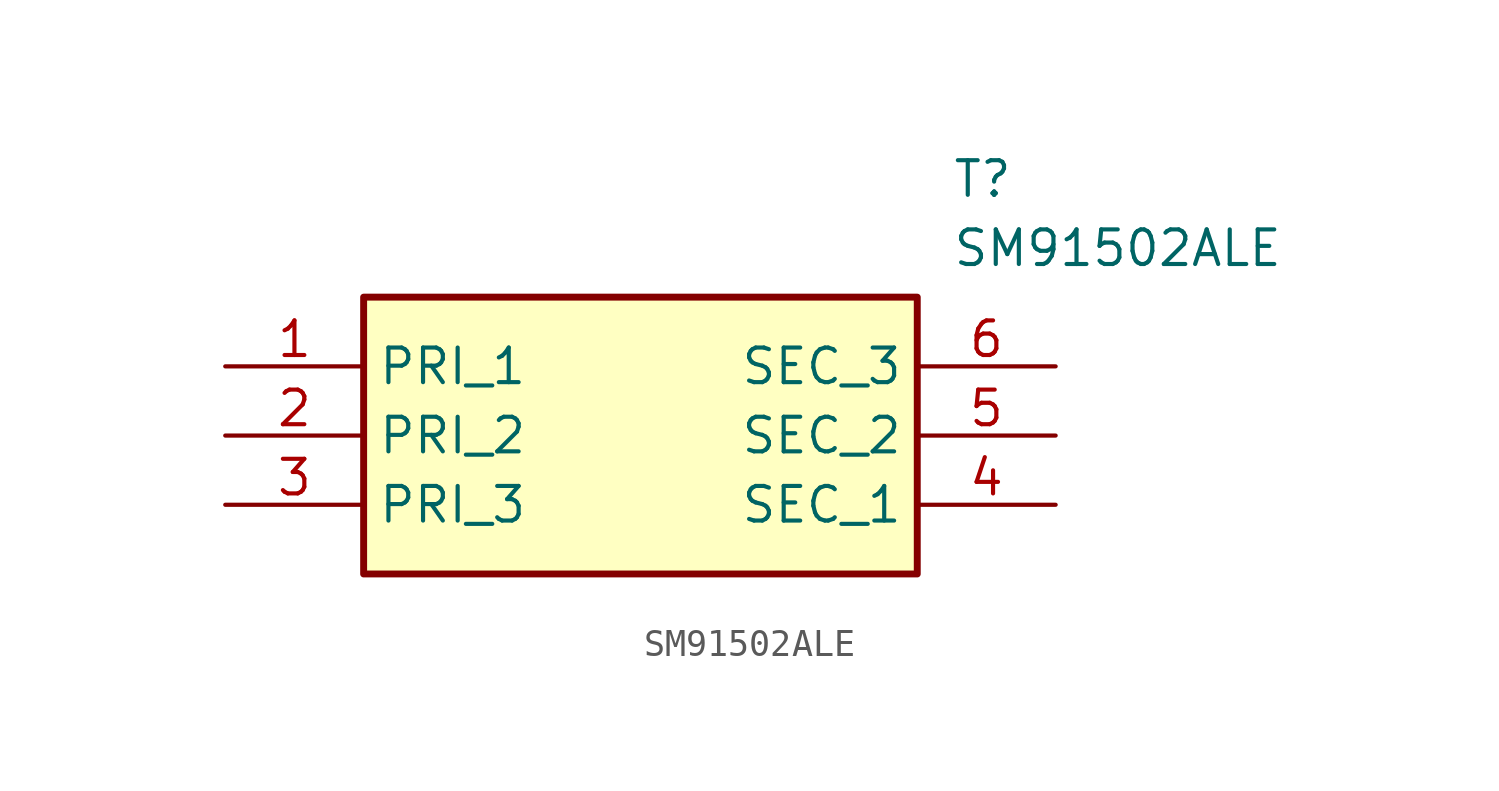
<source format=kicad_sym>
(kicad_symbol_lib
  (version 20211014)
  (generator SamacSys_ECAD_Model)
  (symbol "SM91502ALE"
    (property "Reference" "T"
      (at 26.67 7.62 0)
      (effects (font (size 1.27 1.27)) (justify left top)))
    (property "Value" "SM91502ALE"
      (at 26.67 5.08 0)
      (effects (font (size 1.27 1.27)) (justify left top)))
    (rectangle
      (start 5.08 2.54)
      (end 25.4 -7.62)
      (stroke (width 0.254) (type default))
      (fill (type background)))
    (pin passive line
      (at 0 0 0)
      (length 5.08)
      (name "PRI_1" (effects (font (size 1.27 1.27))))
      (number "1" (effects (font (size 1.27 1.27)))))
    (pin passive line
      (at 0 -2.54 0)
      (length 5.08)
      (name "PRI_2" (effects (font (size 1.27 1.27))))
      (number "2" (effects (font (size 1.27 1.27)))))
    (pin passive line
      (at 0 -5.08 0)
      (length 5.08)
      (name "PRI_3" (effects (font (size 1.27 1.27))))
      (number "3" (effects (font (size 1.27 1.27)))))
    (pin passive line
      (at 30.48 0 180)
      (length 5.08)
      (name "SEC_3" (effects (font (size 1.27 1.27))))
      (number "6" (effects (font (size 1.27 1.27)))))
    (pin passive line
      (at 30.48 -2.54 180)
      (length 5.08)
      (name "SEC_2" (effects (font (size 1.27 1.27))))
      (number "5" (effects (font (size 1.27 1.27)))))
    (pin passive line
      (at 30.48 -5.08 180)
      (length 5.08)
      (name "SEC_1" (effects (font (size 1.27 1.27))))
      (number "4" (effects (font (size 1.27 1.27)))))))
</source>
